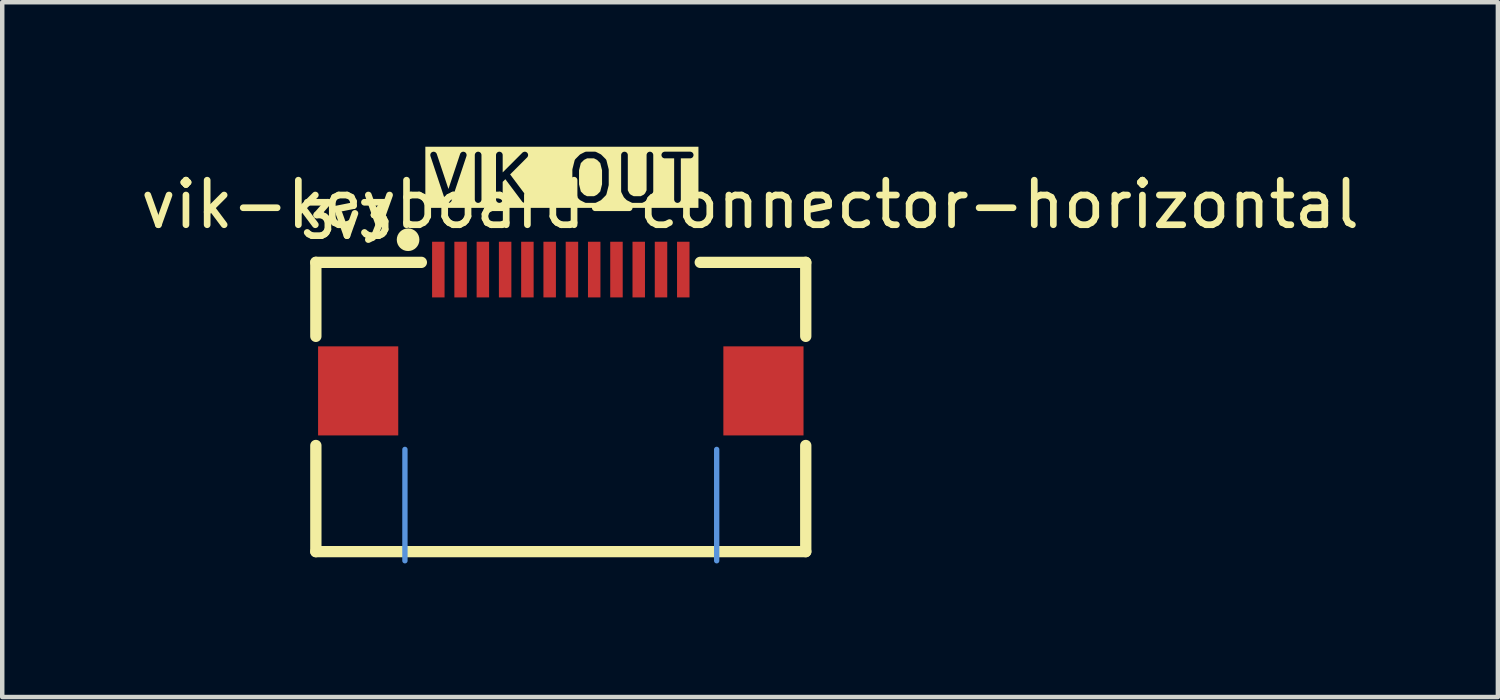
<source format=kicad_pcb>
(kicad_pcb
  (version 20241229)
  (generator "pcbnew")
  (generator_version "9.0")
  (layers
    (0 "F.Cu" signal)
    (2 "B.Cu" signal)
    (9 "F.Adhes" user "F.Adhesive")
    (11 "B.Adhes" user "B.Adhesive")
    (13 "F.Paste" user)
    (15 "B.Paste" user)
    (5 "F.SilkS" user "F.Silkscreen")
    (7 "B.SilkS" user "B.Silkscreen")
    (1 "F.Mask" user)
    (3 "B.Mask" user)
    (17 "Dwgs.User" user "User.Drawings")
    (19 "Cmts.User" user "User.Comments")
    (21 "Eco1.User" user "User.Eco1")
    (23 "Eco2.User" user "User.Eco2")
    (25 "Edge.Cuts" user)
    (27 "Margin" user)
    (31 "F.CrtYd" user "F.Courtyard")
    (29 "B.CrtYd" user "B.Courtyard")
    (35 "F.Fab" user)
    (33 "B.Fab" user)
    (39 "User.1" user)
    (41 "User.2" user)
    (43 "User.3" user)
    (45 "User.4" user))
  (footprint "vik-keyboard-connector-horizontal"
    (layer "F.Cu")
    (at 9.542 5.041)
    (property "Reference" "vik-keyboard-connector-horizontal" (at 4.25 -3.5 0) (unlocked yes) (layer "F.SilkS") (effects (font (size 1 1) (thickness 0.15))))
    (attr smd)
    (fp_line (start -5.5 -2.2) (end -3.131 -2.2) (stroke (width 0.254) (type solid)) (layer "F.SilkS"))
    (fp_line (start -5.5 -0.539) (end -5.5 -2.2) (stroke (width 0.254) (type solid)) (layer "F.SilkS"))
    (fp_line (start -5.5 4.295) (end -5.5 1.912) (stroke (width 0.254) (type solid)) (layer "F.SilkS"))
    (fp_line (start 5.5 -2.2) (end 3.131 -2.2) (stroke (width 0.254) (type solid)) (layer "F.SilkS"))
    (fp_line (start 5.5 -0.539) (end 5.5 -2.2) (stroke (width 0.254) (type solid)) (layer "F.SilkS"))
    (fp_line (start 5.5 4.295) (end -5.5 4.295) (stroke (width 0.254) (type solid)) (layer "F.SilkS"))
    (fp_line (start 5.5 4.295) (end 5.5 1.912) (stroke (width 0.254) (type solid)) (layer "F.SilkS"))
    (fp_circle (center -3.429 -2.708) (end -3.302 -2.708) (stroke (width 0.254) (type solid)) (fill no) (layer "F.SilkS"))
    (fp_line (start -3.5 2) (end -3.5 4.5) (stroke (width 0.12) (type default)) (layer "Cmts.User"))
    (fp_line (start 3.5 2) (end 3.5 4.5) (stroke (width 0.12) (type default)) (layer "Cmts.User"))
    (fp_text user "3v3" (at -5.9 -2.7 0) (unlocked yes) (layer "F.SilkS") (effects (font (size 0.75 0.75) (thickness 0.15)) (justify left bottom)))
    (fp_text user "VIK OUT" (at -3.05 -3.48 0) (unlocked yes) (layer "F.SilkS" knockout) (effects (font (size 1 1) (thickness 0.15)) (justify left bottom)))
    (fp_text user "C479750" (at 0 0.75 0) (layer "User.2") (effects (font (size 1 1) (thickness 0.15))))
    (pad "1" smd rect (at -2.75 -2.038) (size 0.28 1.25) (layers "F.Cu" "F.Mask" "F.Paste"))
    (pad "2" smd rect (at -2.25 -2.038) (size 0.28 1.25) (layers "F.Cu" "F.Mask" "F.Paste"))
    (pad "3" smd rect (at -1.75 -2.038) (size 0.28 1.25) (layers "F.Cu" "F.Mask" "F.Paste"))
    (pad "4" smd rect (at -1.25 -2.038) (size 0.28 1.25) (layers "F.Cu" "F.Mask" "F.Paste"))
    (pad "5" smd rect (at -0.75 -2.038) (size 0.28 1.25) (layers "F.Cu" "F.Mask" "F.Paste"))
    (pad "6" smd rect (at -0.25 -2.038) (size 0.28 1.25) (layers "F.Cu" "F.Mask" "F.Paste"))
    (pad "7" smd rect (at 0.25 -2.038) (size 0.28 1.25) (layers "F.Cu" "F.Mask" "F.Paste"))
    (pad "8" smd rect (at 0.75 -2.038) (size 0.28 1.25) (layers "F.Cu" "F.Mask" "F.Paste"))
    (pad "9" smd rect (at 1.25 -2.038) (size 0.28 1.25) (layers "F.Cu" "F.Mask" "F.Paste"))
    (pad "10" smd rect (at 1.75 -2.038) (size 0.28 1.25) (layers "F.Cu" "F.Mask" "F.Paste"))
    (pad "11" smd rect (at 2.25 -2.038) (size 0.28 1.25) (layers "F.Cu" "F.Mask" "F.Paste"))
    (pad "12" smd rect (at 2.75 -2.038) (size 0.28 1.25) (layers "F.Cu" "F.Mask" "F.Paste"))
    (pad "13" smd rect (at 4.55 0.686) (size 1.8 2) (layers "F.Cu" "F.Mask" "F.Paste"))
    (pad "14" smd rect (at -4.55 0.686) (size 1.8 2) (layers "F.Cu" "F.Mask" "F.Paste")))
  (gr_rect
    (start -3 -3)
    (end 30.583 12.601)
    (stroke (width 0.1) (type default))
    (fill no)
    (layer "Edge.Cuts")))
</source>
